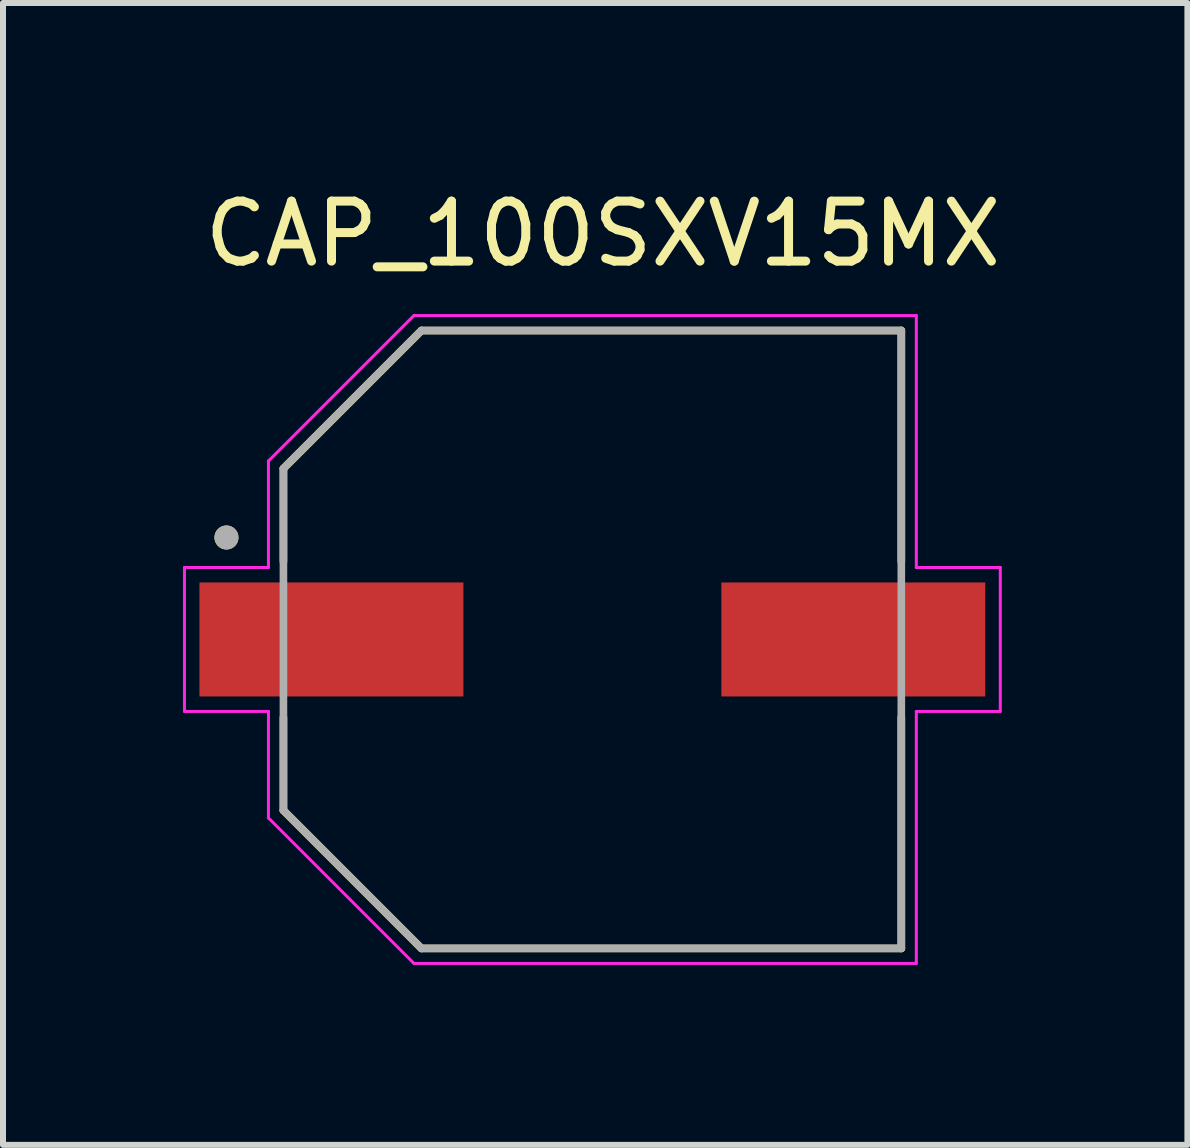
<source format=kicad_pcb>
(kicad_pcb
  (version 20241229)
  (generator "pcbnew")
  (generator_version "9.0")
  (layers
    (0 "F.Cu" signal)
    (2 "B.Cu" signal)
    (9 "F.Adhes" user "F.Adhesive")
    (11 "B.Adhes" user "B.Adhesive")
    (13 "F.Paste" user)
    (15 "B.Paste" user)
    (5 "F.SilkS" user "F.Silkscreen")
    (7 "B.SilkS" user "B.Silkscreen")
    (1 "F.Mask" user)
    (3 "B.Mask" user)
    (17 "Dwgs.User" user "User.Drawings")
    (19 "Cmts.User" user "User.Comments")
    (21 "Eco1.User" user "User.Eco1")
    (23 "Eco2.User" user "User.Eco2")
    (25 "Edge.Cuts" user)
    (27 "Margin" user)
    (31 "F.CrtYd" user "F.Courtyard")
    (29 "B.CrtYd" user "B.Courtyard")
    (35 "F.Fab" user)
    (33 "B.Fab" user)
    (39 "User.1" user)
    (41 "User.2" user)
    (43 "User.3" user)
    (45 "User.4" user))
  (footprint "CAP_100SXV15MX"
    (layer "F.Cu")
    (at 6.825 7.61)
    (property "Reference" "CAP_100SXV15MX" (at 0.175 -6.762 0) (layer "F.SilkS") (effects (font (size 1 1) (thickness 0.15))))
    (attr smd)
    (fp_line (start -5.15 -2.85) (end -2.85 -5.15) (stroke (width 0.127) (type solid)) (layer "F.SilkS"))
    (fp_line (start -5.15 -1.3) (end -5.15 -2.85) (stroke (width 0.127) (type solid)) (layer "F.SilkS"))
    (fp_line (start -5.15 2.85) (end -5.15 1.3) (stroke (width 0.127) (type solid)) (layer "F.SilkS"))
    (fp_line (start -2.85 -5.15) (end 5.15 -5.15) (stroke (width 0.127) (type solid)) (layer "F.SilkS"))
    (fp_line (start -2.85 5.15) (end -5.15 2.85) (stroke (width 0.127) (type solid)) (layer "F.SilkS"))
    (fp_line (start 5.15 -5.15) (end 5.15 -1.3) (stroke (width 0.127) (type solid)) (layer "F.SilkS"))
    (fp_line (start 5.15 1.3) (end 5.15 5.15) (stroke (width 0.127) (type solid)) (layer "F.SilkS"))
    (fp_line (start 5.15 5.15) (end -2.85 5.15) (stroke (width 0.127) (type solid)) (layer "F.SilkS"))
    (fp_circle (center -6.1 -1.7) (end -6 -1.7) (stroke (width 0.2) (type solid)) (fill no) (layer "F.SilkS"))
    (fp_line (start -6.8 -1.2) (end -5.4 -1.2) (stroke (width 0.05) (type solid)) (layer "F.CrtYd"))
    (fp_line (start -6.8 1.2) (end -6.8 -1.2) (stroke (width 0.05) (type solid)) (layer "F.CrtYd"))
    (fp_line (start -5.4 -2.975) (end -2.975 -5.4) (stroke (width 0.05) (type solid)) (layer "F.CrtYd"))
    (fp_line (start -5.4 -1.2) (end -5.4 -2.975) (stroke (width 0.05) (type solid)) (layer "F.CrtYd"))
    (fp_line (start -5.4 1.2) (end -6.8 1.2) (stroke (width 0.05) (type solid)) (layer "F.CrtYd"))
    (fp_line (start -5.4 2.975) (end -5.4 1.2) (stroke (width 0.05) (type solid)) (layer "F.CrtYd"))
    (fp_line (start -2.975 -5.4) (end 5.4 -5.4) (stroke (width 0.05) (type solid)) (layer "F.CrtYd"))
    (fp_line (start -2.975 5.4) (end -5.4 2.975) (stroke (width 0.05) (type solid)) (layer "F.CrtYd"))
    (fp_line (start 5.4 -5.4) (end 5.4 -1.2) (stroke (width 0.05) (type solid)) (layer "F.CrtYd"))
    (fp_line (start 5.4 -1.2) (end 6.8 -1.2) (stroke (width 0.05) (type solid)) (layer "F.CrtYd"))
    (fp_line (start 5.4 1.2) (end 5.4 5.4) (stroke (width 0.05) (type solid)) (layer "F.CrtYd"))
    (fp_line (start 5.4 5.4) (end -2.975 5.4) (stroke (width 0.05) (type solid)) (layer "F.CrtYd"))
    (fp_line (start 6.8 -1.2) (end 6.8 1.2) (stroke (width 0.05) (type solid)) (layer "F.CrtYd"))
    (fp_line (start 6.8 1.2) (end 5.4 1.2) (stroke (width 0.05) (type solid)) (layer "F.CrtYd"))
    (fp_line (start -5.15 -2.85) (end -2.85 -5.15) (stroke (width 0.127) (type solid)) (layer "F.Fab"))
    (fp_line (start -5.15 2.85) (end -5.15 -2.85) (stroke (width 0.127) (type solid)) (layer "F.Fab"))
    (fp_line (start -2.85 -5.15) (end 5.15 -5.15) (stroke (width 0.127) (type solid)) (layer "F.Fab"))
    (fp_line (start -2.85 5.15) (end -5.15 2.85) (stroke (width 0.127) (type solid)) (layer "F.Fab"))
    (fp_line (start 5.15 -5.15) (end 5.15 5.15) (stroke (width 0.127) (type solid)) (layer "F.Fab"))
    (fp_line (start 5.15 5.15) (end -2.85 5.15) (stroke (width 0.127) (type solid)) (layer "F.Fab"))
    (fp_circle (center -6.1 -1.7) (end -6 -1.7) (stroke (width 0.2) (type solid)) (fill no) (layer "F.Fab"))
    (pad "1" smd rect (at -4.35 0) (size 4.4 1.9) (layers "F.Cu" "F.Mask" "F.Paste"))
    (pad "2" smd rect (at 4.35 0) (size 4.4 1.9) (layers "F.Cu" "F.Mask" "F.Paste")))
  (gr_rect
    (start -3 -3)
    (end 16.744 16.035)
    (stroke (width 0.1) (type default))
    (fill no)
    (layer "Edge.Cuts")))
</source>
